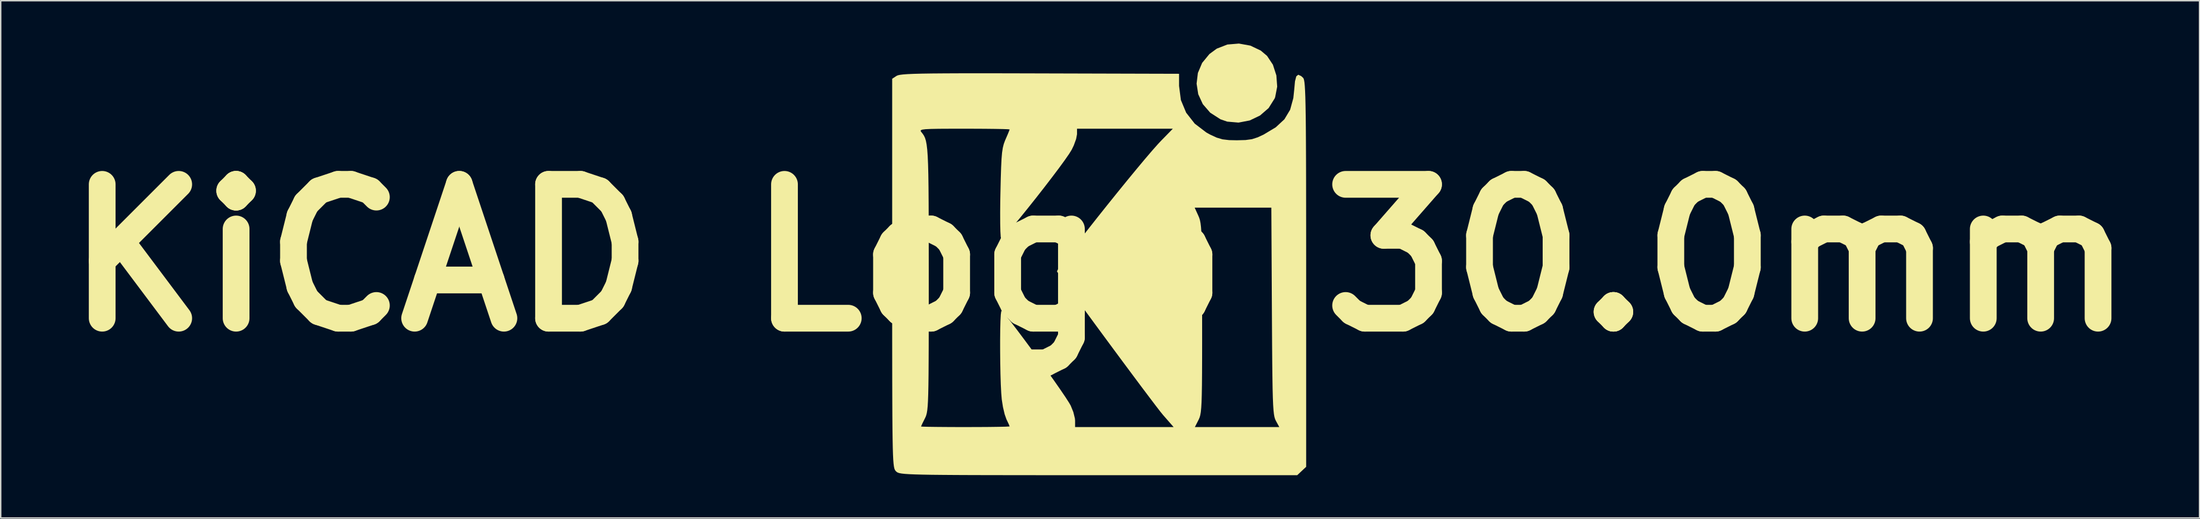
<source format=kicad_pcb>
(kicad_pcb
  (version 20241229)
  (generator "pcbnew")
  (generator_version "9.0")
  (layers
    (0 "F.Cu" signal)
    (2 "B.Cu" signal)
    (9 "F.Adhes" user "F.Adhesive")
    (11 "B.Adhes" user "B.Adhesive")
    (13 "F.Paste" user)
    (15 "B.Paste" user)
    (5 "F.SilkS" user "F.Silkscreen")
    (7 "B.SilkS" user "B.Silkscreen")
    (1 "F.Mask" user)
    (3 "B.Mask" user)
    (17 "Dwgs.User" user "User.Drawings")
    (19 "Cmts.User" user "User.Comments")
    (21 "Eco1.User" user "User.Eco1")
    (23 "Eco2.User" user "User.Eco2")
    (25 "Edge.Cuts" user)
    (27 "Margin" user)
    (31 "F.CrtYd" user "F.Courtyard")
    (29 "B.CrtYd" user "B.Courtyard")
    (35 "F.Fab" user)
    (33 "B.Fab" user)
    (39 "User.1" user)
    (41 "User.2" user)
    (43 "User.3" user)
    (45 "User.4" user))
  (footprint "KiCAD Logo 30.0mm"
    (layer "F.Cu")
    (at 73.946 14.991)
    (property "Reference" "KiCAD Logo 30.0mm" (at 0 0 180) (layer "F.SilkS") (effects (font (size 9.372 9.372) (thickness 1.872))))
    (attr board_only exclude_from_pos_files exclude_from_bom)
    (fp_poly (pts (xy 10.517 -14.846) (xy 11.244 -14.499) (xy 11.684 -14.128) (xy 12.093 -13.51) (xy 12.335 -12.761) (xy 12.393 -11.974) (xy 12.251 -11.239) (xy 12.215 -11.147) (xy 11.793 -10.475) (xy 11.193 -9.954) (xy 10.471 -9.608) (xy 9.686 -9.458) (xy 8.894 -9.526) (xy 8.423 -9.689) (xy 7.705 -10.151) (xy 7.186 -10.751) (xy 6.867 -11.444) (xy 6.752 -12.186) (xy 6.842 -12.932) (xy 7.14 -13.637) (xy 7.648 -14.256) (xy 8.163 -14.635) (xy 8.907 -14.924) (xy 9.715 -14.991)) (stroke (width 0) (type solid)) (fill yes) (layer "F.SilkS"))
    (fp_poly (pts (xy -7.052 -12.909) (xy -5.317 -12.905) (xy -4.207 -12.902) (xy 5.525 -12.875) (xy 5.525 -12.026) (xy 5.652 -11.038) (xy 6.022 -10.15) (xy 6.623 -9.383) (xy 7.441 -8.76) (xy 7.711 -8.612) (xy 8.163 -8.404) (xy 8.566 -8.285) (xy 9.031 -8.231) (xy 9.568 -8.22) (xy 10.175 -8.236) (xy 10.626 -8.296) (xy 11.032 -8.427) (xy 11.442 -8.618) (xy 12.289 -9.125) (xy 12.898 -9.69) (xy 13.299 -10.358) (xy 13.522 -11.172) (xy 13.584 -11.758) (xy 13.639 -12.35) (xy 13.728 -12.693) (xy 13.866 -12.808) (xy 14.07 -12.716) (xy 14.208 -12.591) (xy 14.243 -12.535) (xy 14.273 -12.434) (xy 14.301 -12.269) (xy 14.324 -12.028) (xy 14.344 -11.693) (xy 14.362 -11.249) (xy 14.376 -10.681) (xy 14.388 -9.974) (xy 14.398 -9.112) (xy 14.405 -8.08) (xy 14.411 -6.861) (xy 14.415 -5.442) (xy 14.417 -3.805) (xy 14.419 -1.937) (xy 14.42 0.18) (xy 14.42 1.132) (xy 14.42 14.642) (xy 14.108 14.935) (xy 13.796 15.228) (xy -0.11 15.228) (xy -2.349 15.228) (xy -4.335 15.228) (xy -6.082 15.226) (xy -7.606 15.224) (xy -8.924 15.221) (xy -10.05 15.216) (xy -11 15.209) (xy -11.79 15.201) (xy -12.435 15.189) (xy -12.952 15.175) (xy -13.355 15.158) (xy -13.66 15.138) (xy -13.884 15.114) (xy -14.041 15.086) (xy -14.146 15.053) (xy -14.217 15.017) (xy -14.268 14.975) (xy -14.285 14.959) (xy -14.329 14.91) (xy -14.367 14.848) (xy -14.402 14.756) (xy -14.431 14.618) (xy -14.457 14.418) (xy -14.479 14.142) (xy -14.497 13.772) (xy -14.512 13.293) (xy -14.524 12.69) (xy -14.534 11.946) (xy -14.541 11.046) (xy -14.546 9.973) (xy -14.55 8.713) (xy -14.552 7.25) (xy -14.554 5.567) (xy -14.554 3.648) (xy -14.554 1.479) (xy -14.554 1.081) (xy -14.554 -8.867) (xy -12.561 -8.867) (xy -12.512 -8.793) (xy -12.413 -8.669) (xy -12.328 -8.539) (xy -12.254 -8.383) (xy -12.193 -8.182) (xy -12.142 -7.915) (xy -12.1 -7.564) (xy -12.067 -7.108) (xy -12.042 -6.529) (xy -12.023 -5.806) (xy -12.01 -4.92) (xy -12.002 -3.851) (xy -11.997 -2.579) (xy -11.995 -1.086) (xy -11.994 0.649) (xy -11.994 1.46) (xy -11.994 3.267) (xy -11.995 4.823) (xy -11.997 6.15) (xy -12.002 7.267) (xy -12.008 8.194) (xy -12.018 8.951) (xy -12.031 9.557) (xy -12.048 10.033) (xy -12.07 10.398) (xy -12.097 10.673) (xy -12.13 10.876) (xy -12.169 11.029) (xy -12.214 11.15) (xy -12.263 11.253) (xy -12.427 11.581) (xy -12.522 11.789) (xy -12.533 11.82) (xy -12.404 11.831) (xy -12.044 11.841) (xy -11.489 11.849) (xy -10.778 11.855) (xy -9.948 11.859) (xy -9.433 11.859) (xy -8.552 11.857) (xy -7.768 11.852) (xy -7.119 11.843) (xy -6.643 11.833) (xy -6.377 11.82) (xy -6.334 11.812) (xy -6.388 11.673) (xy -6.521 11.391) (xy -6.553 11.326) (xy -6.681 10.965) (xy -6.802 10.449) (xy -6.884 9.924) (xy -6.921 9.478) (xy -6.952 8.871) (xy -6.975 8.15) (xy -6.99 7.36) (xy -6.998 6.548) (xy -6.999 5.759) (xy -6.991 5.039) (xy -6.976 4.434) (xy -6.952 3.99) (xy -6.92 3.753) (xy -6.907 3.727) (xy -6.803 3.813) (xy -6.569 4.089) (xy -6.226 4.52) (xy -5.8 5.077) (xy -5.313 5.726) (xy -4.788 6.435) (xy -4.249 7.173) (xy -3.72 7.907) (xy -3.224 8.605) (xy -2.784 9.236) (xy -2.424 9.766) (xy -2.168 10.165) (xy -2.059 10.355) (xy -1.874 10.812) (xy -1.765 11.258) (xy -1.752 11.41) (xy -1.752 11.859) (xy 1.696 11.859) (xy 5.144 11.859) (xy 4.407 11.017) (xy 4.216 10.782) (xy 3.889 10.358) (xy 3.446 9.774) (xy 2.909 9.061) (xy 2.3 8.245) (xy 1.64 7.358) (xy 0.951 6.428) (xy 0.254 5.484) (xy -0.429 4.556) (xy -1.077 3.672) (xy -1.668 2.862) (xy -2.18 2.155) (xy -2.593 1.581) (xy -2.884 1.167) (xy -3.02 0.963) (xy -2.959 0.828) (xy -2.747 0.513) (xy -2.404 0.042) (xy -1.952 -0.559) (xy -1.41 -1.263) (xy -0.8 -2.044) (xy -0.143 -2.876) (xy 0.357 -3.504) (xy 6.617 -3.504) (xy 6.877 -2.931) (xy 6.936 -2.788) (xy 6.986 -2.627) (xy 7.026 -2.424) (xy 7.059 -2.154) (xy 7.085 -1.794) (xy 7.104 -1.319) (xy 7.118 -0.705) (xy 7.128 0.072) (xy 7.134 1.036) (xy 7.137 2.212) (xy 7.139 3.624) (xy 7.139 4.25) (xy 7.14 5.761) (xy 7.138 7.027) (xy 7.134 8.071) (xy 7.127 8.917) (xy 7.115 9.589) (xy 7.099 10.112) (xy 7.076 10.508) (xy 7.047 10.803) (xy 7.01 11.019) (xy 6.965 11.181) (xy 6.91 11.313) (xy 6.887 11.359) (xy 6.632 11.859) (xy 9.586 11.859) (xy 12.54 11.859) (xy 12.301 11.421) (xy 12.248 11.308) (xy 12.203 11.161) (xy 12.166 10.959) (xy 12.135 10.679) (xy 12.109 10.299) (xy 12.088 9.796) (xy 12.071 9.148) (xy 12.058 8.333) (xy 12.046 7.328) (xy 12.036 6.11) (xy 12.027 4.658) (xy 12.022 3.74) (xy 11.983 -3.504) (xy 9.3 -3.504) (xy 6.617 -3.504) (xy 0.357 -3.504) (xy 0.541 -3.734) (xy 1.231 -4.591) (xy 1.906 -5.421) (xy 2.546 -6.198) (xy 3.129 -6.896) (xy 3.636 -7.489) (xy 4.045 -7.951) (xy 4.263 -8.183) (xy 5.089 -9.029) (xy 1.736 -9.029) (xy -1.617 -9.029) (xy -1.617 -8.64) (xy -1.681 -8.305) (xy -1.844 -7.859) (xy -1.988 -7.56) (xy -2.175 -7.259) (xy -2.486 -6.812) (xy -2.895 -6.252) (xy -3.379 -5.611) (xy -3.911 -4.918) (xy -4.467 -4.207) (xy -5.021 -3.51) (xy -5.549 -2.856) (xy -6.026 -2.279) (xy -6.426 -1.811) (xy -6.725 -1.481) (xy -6.897 -1.323) (xy -6.925 -1.315) (xy -6.958 -1.466) (xy -6.981 -1.85) (xy -6.993 -2.431) (xy -6.996 -3.174) (xy -6.987 -4.043) (xy -6.978 -4.504) (xy -6.955 -5.521) (xy -6.93 -6.307) (xy -6.901 -6.904) (xy -6.863 -7.351) (xy -6.812 -7.687) (xy -6.746 -7.954) (xy -6.66 -8.189) (xy -6.623 -8.275) (xy -6.461 -8.65) (xy -6.356 -8.909) (xy -6.334 -8.979) (xy -6.462 -8.993) (xy -6.823 -9.006) (xy -7.38 -9.016) (xy -8.094 -9.024) (xy -8.93 -9.028) (xy -9.522 -9.029) (xy -10.527 -9.028) (xy -11.292 -9.024) (xy -11.847 -9.013) (xy -12.222 -8.995) (xy -12.446 -8.966) (xy -12.549 -8.924) (xy -12.561 -8.867) (xy -14.554 -8.867) (xy -14.554 -12.527) (xy -14.247 -12.728) (xy -14.16 -12.767) (xy -14.015 -12.8) (xy -13.792 -12.828) (xy -13.474 -12.852) (xy -13.042 -12.871) (xy -12.479 -12.886) (xy -11.766 -12.897) (xy -10.885 -12.904) (xy -9.818 -12.909) (xy -8.546 -12.91)) (stroke (width 0) (type solid)) (fill yes) (layer "F.SilkS")))
  (gr_rect
    (start -3 -3)
    (end 150.892 33.219)
    (stroke (width 0.1) (type default))
    (fill no)
    (layer "Edge.Cuts")))
</source>
